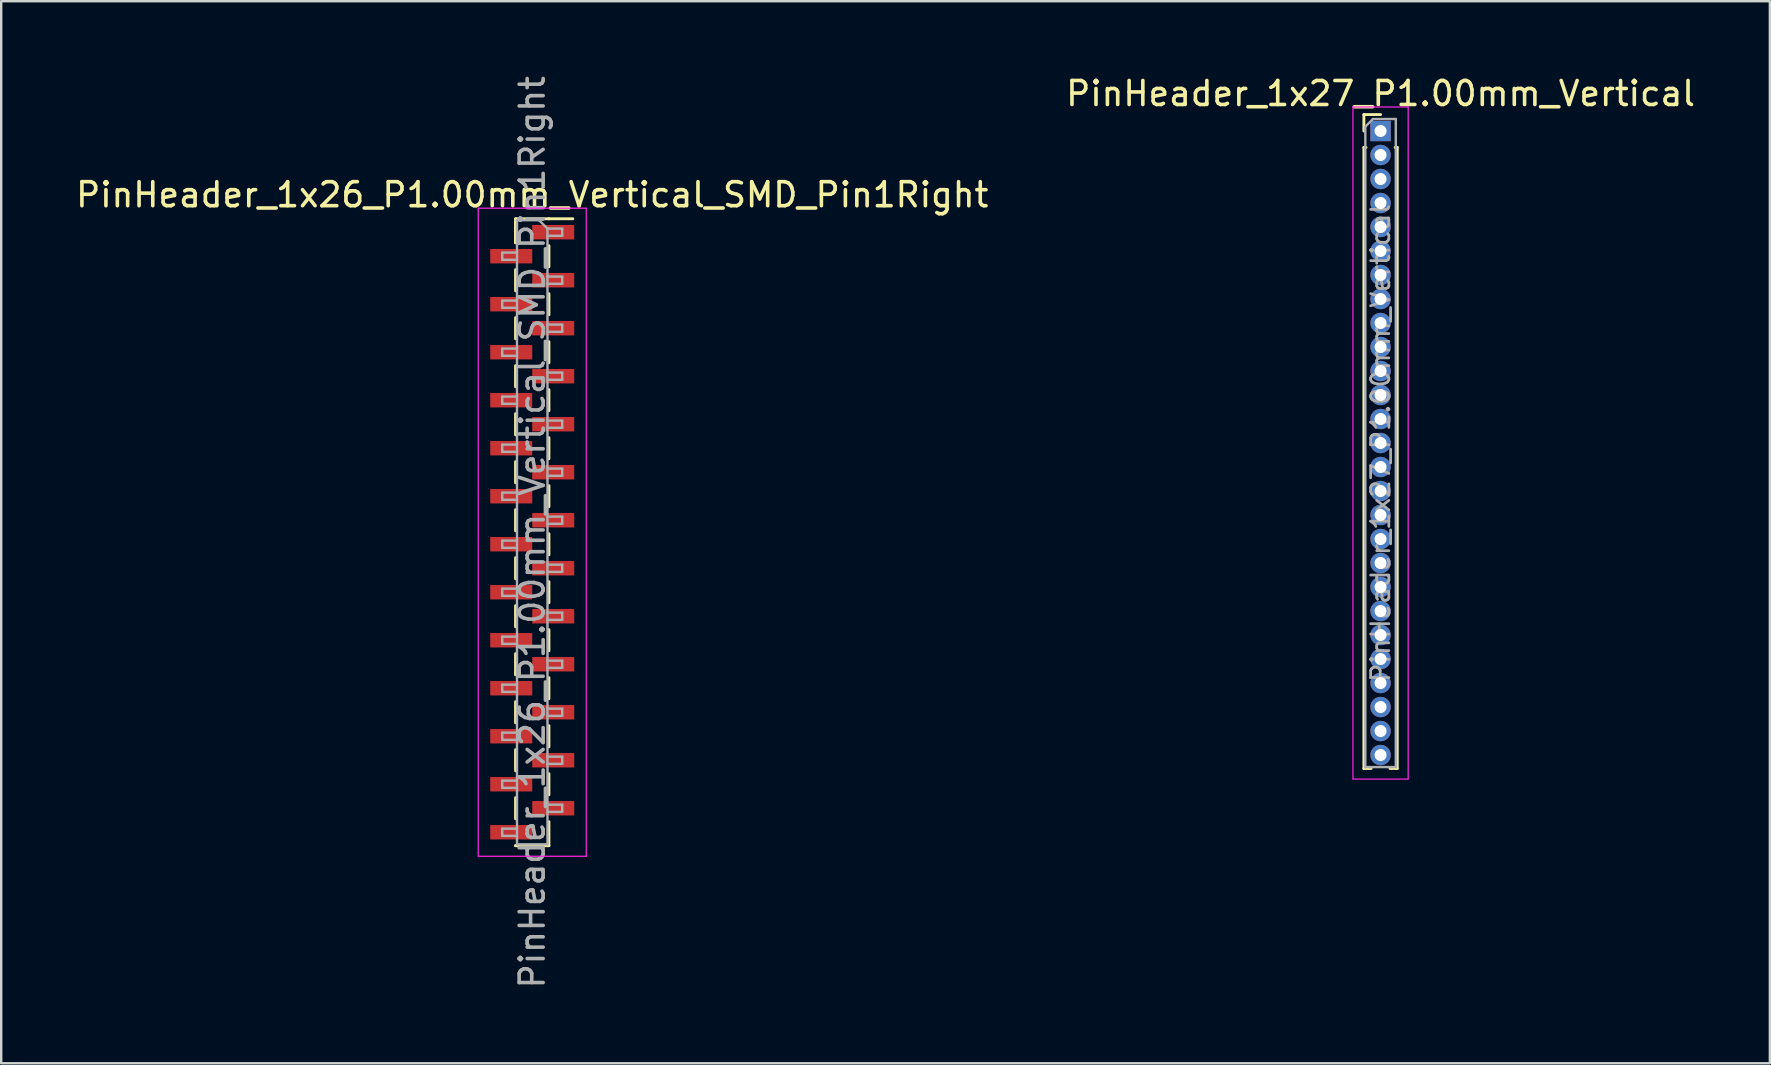
<source format=kicad_pcb>
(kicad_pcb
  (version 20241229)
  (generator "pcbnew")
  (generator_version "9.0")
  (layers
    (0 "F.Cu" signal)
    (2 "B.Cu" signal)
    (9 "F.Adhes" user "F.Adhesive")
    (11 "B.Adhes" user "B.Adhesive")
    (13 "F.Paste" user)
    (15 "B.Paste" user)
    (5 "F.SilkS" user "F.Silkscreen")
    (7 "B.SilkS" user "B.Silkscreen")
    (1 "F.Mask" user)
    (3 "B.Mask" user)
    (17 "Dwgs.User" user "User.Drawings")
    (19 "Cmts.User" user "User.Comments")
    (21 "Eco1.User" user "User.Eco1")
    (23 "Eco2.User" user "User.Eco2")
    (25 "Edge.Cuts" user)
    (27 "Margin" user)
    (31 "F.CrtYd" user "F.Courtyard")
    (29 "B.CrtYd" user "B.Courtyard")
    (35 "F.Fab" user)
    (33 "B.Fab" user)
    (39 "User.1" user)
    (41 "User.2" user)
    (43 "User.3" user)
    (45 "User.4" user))
  (footprint "PinHeader_1x26_P1.00mm_Vertical_SMD_Pin1Right"
    (layer "F.Cu")
    (at 19.125 19.125)
    (property "Reference" "PinHeader_1x26_P1.00mm_Vertical_SMD_Pin1Right" (at 0 -14.06 0) (layer "F.SilkS") (effects (font (size 1 1) (thickness 0.15))))
    (attr smd)
    (fp_line (start -0.695 -13.06) (end -0.695 -12.06) (stroke (width 0.12) (type solid)) (layer "F.SilkS"))
    (fp_line (start -0.695 -13.06) (end 0.695 -13.06) (stroke (width 0.12) (type solid)) (layer "F.SilkS"))
    (fp_line (start -0.695 -12.94) (end -0.695 -12.06) (stroke (width 0.12) (type solid)) (layer "F.SilkS"))
    (fp_line (start -0.695 -10.94) (end -0.695 -10.06) (stroke (width 0.12) (type solid)) (layer "F.SilkS"))
    (fp_line (start -0.695 -8.94) (end -0.695 -8.06) (stroke (width 0.12) (type solid)) (layer "F.SilkS"))
    (fp_line (start -0.695 -6.94) (end -0.695 -6.06) (stroke (width 0.12) (type solid)) (layer "F.SilkS"))
    (fp_line (start -0.695 -4.94) (end -0.695 -4.06) (stroke (width 0.12) (type solid)) (layer "F.SilkS"))
    (fp_line (start -0.695 -2.94) (end -0.695 -2.06) (stroke (width 0.12) (type solid)) (layer "F.SilkS"))
    (fp_line (start -0.695 -0.94) (end -0.695 -0.06) (stroke (width 0.12) (type solid)) (layer "F.SilkS"))
    (fp_line (start -0.695 1.06) (end -0.695 1.94) (stroke (width 0.12) (type solid)) (layer "F.SilkS"))
    (fp_line (start -0.695 3.06) (end -0.695 3.94) (stroke (width 0.12) (type solid)) (layer "F.SilkS"))
    (fp_line (start -0.695 5.06) (end -0.695 5.94) (stroke (width 0.12) (type solid)) (layer "F.SilkS"))
    (fp_line (start -0.695 7.06) (end -0.695 7.94) (stroke (width 0.12) (type solid)) (layer "F.SilkS"))
    (fp_line (start -0.695 9.06) (end -0.695 9.94) (stroke (width 0.12) (type solid)) (layer "F.SilkS"))
    (fp_line (start -0.695 11.06) (end -0.695 11.94) (stroke (width 0.12) (type solid)) (layer "F.SilkS"))
    (fp_line (start -0.695 13.06) (end -0.695 13.06) (stroke (width 0.12) (type solid)) (layer "F.SilkS"))
    (fp_line (start -0.695 13.06) (end 0.695 13.06) (stroke (width 0.12) (type solid)) (layer "F.SilkS"))
    (fp_line (start 0.695 -13.06) (end 0.695 -13.06) (stroke (width 0.12) (type solid)) (layer "F.SilkS"))
    (fp_line (start 0.695 -13.06) (end 1.69 -13.06) (stroke (width 0.12) (type solid)) (layer "F.SilkS"))
    (fp_line (start 0.695 -11.94) (end 0.695 -11.06) (stroke (width 0.12) (type solid)) (layer "F.SilkS"))
    (fp_line (start 0.695 -9.94) (end 0.695 -9.06) (stroke (width 0.12) (type solid)) (layer "F.SilkS"))
    (fp_line (start 0.695 -7.94) (end 0.695 -7.06) (stroke (width 0.12) (type solid)) (layer "F.SilkS"))
    (fp_line (start 0.695 -5.94) (end 0.695 -5.06) (stroke (width 0.12) (type solid)) (layer "F.SilkS"))
    (fp_line (start 0.695 -3.94) (end 0.695 -3.06) (stroke (width 0.12) (type solid)) (layer "F.SilkS"))
    (fp_line (start 0.695 -1.94) (end 0.695 -1.06) (stroke (width 0.12) (type solid)) (layer "F.SilkS"))
    (fp_line (start 0.695 0.06) (end 0.695 0.94) (stroke (width 0.12) (type solid)) (layer "F.SilkS"))
    (fp_line (start 0.695 2.06) (end 0.695 2.94) (stroke (width 0.12) (type solid)) (layer "F.SilkS"))
    (fp_line (start 0.695 4.06) (end 0.695 4.94) (stroke (width 0.12) (type solid)) (layer "F.SilkS"))
    (fp_line (start 0.695 6.06) (end 0.695 6.94) (stroke (width 0.12) (type solid)) (layer "F.SilkS"))
    (fp_line (start 0.695 8.06) (end 0.695 8.94) (stroke (width 0.12) (type solid)) (layer "F.SilkS"))
    (fp_line (start 0.695 10.06) (end 0.695 10.94) (stroke (width 0.12) (type solid)) (layer "F.SilkS"))
    (fp_line (start 0.695 12.06) (end 0.695 13.06) (stroke (width 0.12) (type solid)) (layer "F.SilkS"))
    (fp_line (start -2.25 -13.5) (end -2.25 13.5) (stroke (width 0.05) (type solid)) (layer "F.CrtYd"))
    (fp_line (start -2.25 13.5) (end 2.25 13.5) (stroke (width 0.05) (type solid)) (layer "F.CrtYd"))
    (fp_line (start 2.25 -13.5) (end -2.25 -13.5) (stroke (width 0.05) (type solid)) (layer "F.CrtYd"))
    (fp_line (start 2.25 13.5) (end 2.25 -13.5) (stroke (width 0.05) (type solid)) (layer "F.CrtYd"))
    (fp_line (start -1.25 -11.65) (end -1.25 -11.35) (stroke (width 0.1) (type solid)) (layer "F.Fab"))
    (fp_line (start -1.25 -11.35) (end -0.635 -11.35) (stroke (width 0.1) (type solid)) (layer "F.Fab"))
    (fp_line (start -1.25 -9.65) (end -1.25 -9.35) (stroke (width 0.1) (type solid)) (layer "F.Fab"))
    (fp_line (start -1.25 -9.35) (end -0.635 -9.35) (stroke (width 0.1) (type solid)) (layer "F.Fab"))
    (fp_line (start -1.25 -7.65) (end -1.25 -7.35) (stroke (width 0.1) (type solid)) (layer "F.Fab"))
    (fp_line (start -1.25 -7.35) (end -0.635 -7.35) (stroke (width 0.1) (type solid)) (layer "F.Fab"))
    (fp_line (start -1.25 -5.65) (end -1.25 -5.35) (stroke (width 0.1) (type solid)) (layer "F.Fab"))
    (fp_line (start -1.25 -5.35) (end -0.635 -5.35) (stroke (width 0.1) (type solid)) (layer "F.Fab"))
    (fp_line (start -1.25 -3.65) (end -1.25 -3.35) (stroke (width 0.1) (type solid)) (layer "F.Fab"))
    (fp_line (start -1.25 -3.35) (end -0.635 -3.35) (stroke (width 0.1) (type solid)) (layer "F.Fab"))
    (fp_line (start -1.25 -1.65) (end -1.25 -1.35) (stroke (width 0.1) (type solid)) (layer "F.Fab"))
    (fp_line (start -1.25 -1.35) (end -0.635 -1.35) (stroke (width 0.1) (type solid)) (layer "F.Fab"))
    (fp_line (start -1.25 0.35) (end -1.25 0.65) (stroke (width 0.1) (type solid)) (layer "F.Fab"))
    (fp_line (start -1.25 0.65) (end -0.635 0.65) (stroke (width 0.1) (type solid)) (layer "F.Fab"))
    (fp_line (start -1.25 2.35) (end -1.25 2.65) (stroke (width 0.1) (type solid)) (layer "F.Fab"))
    (fp_line (start -1.25 2.65) (end -0.635 2.65) (stroke (width 0.1) (type solid)) (layer "F.Fab"))
    (fp_line (start -1.25 4.35) (end -1.25 4.65) (stroke (width 0.1) (type solid)) (layer "F.Fab"))
    (fp_line (start -1.25 4.65) (end -0.635 4.65) (stroke (width 0.1) (type solid)) (layer "F.Fab"))
    (fp_line (start -1.25 6.35) (end -1.25 6.65) (stroke (width 0.1) (type solid)) (layer "F.Fab"))
    (fp_line (start -1.25 6.65) (end -0.635 6.65) (stroke (width 0.1) (type solid)) (layer "F.Fab"))
    (fp_line (start -1.25 8.35) (end -1.25 8.65) (stroke (width 0.1) (type solid)) (layer "F.Fab"))
    (fp_line (start -1.25 8.65) (end -0.635 8.65) (stroke (width 0.1) (type solid)) (layer "F.Fab"))
    (fp_line (start -1.25 10.35) (end -1.25 10.65) (stroke (width 0.1) (type solid)) (layer "F.Fab"))
    (fp_line (start -1.25 10.65) (end -0.635 10.65) (stroke (width 0.1) (type solid)) (layer "F.Fab"))
    (fp_line (start -1.25 12.35) (end -1.25 12.65) (stroke (width 0.1) (type solid)) (layer "F.Fab"))
    (fp_line (start -1.25 12.65) (end -0.635 12.65) (stroke (width 0.1) (type solid)) (layer "F.Fab"))
    (fp_line (start -0.635 -13) (end -0.635 13) (stroke (width 0.1) (type solid)) (layer "F.Fab"))
    (fp_line (start -0.635 -13) (end 0.285 -13) (stroke (width 0.1) (type solid)) (layer "F.Fab"))
    (fp_line (start -0.635 -11.65) (end -1.25 -11.65) (stroke (width 0.1) (type solid)) (layer "F.Fab"))
    (fp_line (start -0.635 -9.65) (end -1.25 -9.65) (stroke (width 0.1) (type solid)) (layer "F.Fab"))
    (fp_line (start -0.635 -7.65) (end -1.25 -7.65) (stroke (width 0.1) (type solid)) (layer "F.Fab"))
    (fp_line (start -0.635 -5.65) (end -1.25 -5.65) (stroke (width 0.1) (type solid)) (layer "F.Fab"))
    (fp_line (start -0.635 -3.65) (end -1.25 -3.65) (stroke (width 0.1) (type solid)) (layer "F.Fab"))
    (fp_line (start -0.635 -1.65) (end -1.25 -1.65) (stroke (width 0.1) (type solid)) (layer "F.Fab"))
    (fp_line (start -0.635 0.35) (end -1.25 0.35) (stroke (width 0.1) (type solid)) (layer "F.Fab"))
    (fp_line (start -0.635 2.35) (end -1.25 2.35) (stroke (width 0.1) (type solid)) (layer "F.Fab"))
    (fp_line (start -0.635 4.35) (end -1.25 4.35) (stroke (width 0.1) (type solid)) (layer "F.Fab"))
    (fp_line (start -0.635 6.35) (end -1.25 6.35) (stroke (width 0.1) (type solid)) (layer "F.Fab"))
    (fp_line (start -0.635 8.35) (end -1.25 8.35) (stroke (width 0.1) (type solid)) (layer "F.Fab"))
    (fp_line (start -0.635 10.35) (end -1.25 10.35) (stroke (width 0.1) (type solid)) (layer "F.Fab"))
    (fp_line (start -0.635 12.35) (end -1.25 12.35) (stroke (width 0.1) (type solid)) (layer "F.Fab"))
    (fp_line (start 0.635 -12.65) (end 0.285 -13) (stroke (width 0.1) (type solid)) (layer "F.Fab"))
    (fp_line (start 0.635 -12.65) (end 1.25 -12.65) (stroke (width 0.1) (type solid)) (layer "F.Fab"))
    (fp_line (start 0.635 -10.65) (end 1.25 -10.65) (stroke (width 0.1) (type solid)) (layer "F.Fab"))
    (fp_line (start 0.635 -8.65) (end 1.25 -8.65) (stroke (width 0.1) (type solid)) (layer "F.Fab"))
    (fp_line (start 0.635 -6.65) (end 1.25 -6.65) (stroke (width 0.1) (type solid)) (layer "F.Fab"))
    (fp_line (start 0.635 -4.65) (end 1.25 -4.65) (stroke (width 0.1) (type solid)) (layer "F.Fab"))
    (fp_line (start 0.635 -2.65) (end 1.25 -2.65) (stroke (width 0.1) (type solid)) (layer "F.Fab"))
    (fp_line (start 0.635 -0.65) (end 1.25 -0.65) (stroke (width 0.1) (type solid)) (layer "F.Fab"))
    (fp_line (start 0.635 1.35) (end 1.25 1.35) (stroke (width 0.1) (type solid)) (layer "F.Fab"))
    (fp_line (start 0.635 3.35) (end 1.25 3.35) (stroke (width 0.1) (type solid)) (layer "F.Fab"))
    (fp_line (start 0.635 5.35) (end 1.25 5.35) (stroke (width 0.1) (type solid)) (layer "F.Fab"))
    (fp_line (start 0.635 7.35) (end 1.25 7.35) (stroke (width 0.1) (type solid)) (layer "F.Fab"))
    (fp_line (start 0.635 9.35) (end 1.25 9.35) (stroke (width 0.1) (type solid)) (layer "F.Fab"))
    (fp_line (start 0.635 11.35) (end 1.25 11.35) (stroke (width 0.1) (type solid)) (layer "F.Fab"))
    (fp_line (start 0.635 13) (end -0.635 13) (stroke (width 0.1) (type solid)) (layer "F.Fab"))
    (fp_line (start 0.635 13) (end 0.635 -12.65) (stroke (width 0.1) (type solid)) (layer "F.Fab"))
    (fp_line (start 1.25 -12.65) (end 1.25 -12.35) (stroke (width 0.1) (type solid)) (layer "F.Fab"))
    (fp_line (start 1.25 -12.35) (end 0.635 -12.35) (stroke (width 0.1) (type solid)) (layer "F.Fab"))
    (fp_line (start 1.25 -10.65) (end 1.25 -10.35) (stroke (width 0.1) (type solid)) (layer "F.Fab"))
    (fp_line (start 1.25 -10.35) (end 0.635 -10.35) (stroke (width 0.1) (type solid)) (layer "F.Fab"))
    (fp_line (start 1.25 -8.65) (end 1.25 -8.35) (stroke (width 0.1) (type solid)) (layer "F.Fab"))
    (fp_line (start 1.25 -8.35) (end 0.635 -8.35) (stroke (width 0.1) (type solid)) (layer "F.Fab"))
    (fp_line (start 1.25 -6.65) (end 1.25 -6.35) (stroke (width 0.1) (type solid)) (layer "F.Fab"))
    (fp_line (start 1.25 -6.35) (end 0.635 -6.35) (stroke (width 0.1) (type solid)) (layer "F.Fab"))
    (fp_line (start 1.25 -4.65) (end 1.25 -4.35) (stroke (width 0.1) (type solid)) (layer "F.Fab"))
    (fp_line (start 1.25 -4.35) (end 0.635 -4.35) (stroke (width 0.1) (type solid)) (layer "F.Fab"))
    (fp_line (start 1.25 -2.65) (end 1.25 -2.35) (stroke (width 0.1) (type solid)) (layer "F.Fab"))
    (fp_line (start 1.25 -2.35) (end 0.635 -2.35) (stroke (width 0.1) (type solid)) (layer "F.Fab"))
    (fp_line (start 1.25 -0.65) (end 1.25 -0.35) (stroke (width 0.1) (type solid)) (layer "F.Fab"))
    (fp_line (start 1.25 -0.35) (end 0.635 -0.35) (stroke (width 0.1) (type solid)) (layer "F.Fab"))
    (fp_line (start 1.25 1.35) (end 1.25 1.65) (stroke (width 0.1) (type solid)) (layer "F.Fab"))
    (fp_line (start 1.25 1.65) (end 0.635 1.65) (stroke (width 0.1) (type solid)) (layer "F.Fab"))
    (fp_line (start 1.25 3.35) (end 1.25 3.65) (stroke (width 0.1) (type solid)) (layer "F.Fab"))
    (fp_line (start 1.25 3.65) (end 0.635 3.65) (stroke (width 0.1) (type solid)) (layer "F.Fab"))
    (fp_line (start 1.25 5.35) (end 1.25 5.65) (stroke (width 0.1) (type solid)) (layer "F.Fab"))
    (fp_line (start 1.25 5.65) (end 0.635 5.65) (stroke (width 0.1) (type solid)) (layer "F.Fab"))
    (fp_line (start 1.25 7.35) (end 1.25 7.65) (stroke (width 0.1) (type solid)) (layer "F.Fab"))
    (fp_line (start 1.25 7.65) (end 0.635 7.65) (stroke (width 0.1) (type solid)) (layer "F.Fab"))
    (fp_line (start 1.25 9.35) (end 1.25 9.65) (stroke (width 0.1) (type solid)) (layer "F.Fab"))
    (fp_line (start 1.25 9.65) (end 0.635 9.65) (stroke (width 0.1) (type solid)) (layer "F.Fab"))
    (fp_line (start 1.25 11.35) (end 1.25 11.65) (stroke (width 0.1) (type solid)) (layer "F.Fab"))
    (fp_line (start 1.25 11.65) (end 0.635 11.65) (stroke (width 0.1) (type solid)) (layer "F.Fab"))
    (fp_text user "${REFERENCE}" (at 0 0 90) (layer "F.Fab") (effects (font (size 1 1) (thickness 0.15))))
    (pad "1" smd rect (at 0.875 -12.5) (size 1.75 0.6) (layers "F.Cu" "F.Mask" "F.Paste"))
    (pad "2" smd rect (at -0.875 -11.5) (size 1.75 0.6) (layers "F.Cu" "F.Mask" "F.Paste"))
    (pad "3" smd rect (at 0.875 -10.5) (size 1.75 0.6) (layers "F.Cu" "F.Mask" "F.Paste"))
    (pad "4" smd rect (at -0.875 -9.5) (size 1.75 0.6) (layers "F.Cu" "F.Mask" "F.Paste"))
    (pad "5" smd rect (at 0.875 -8.5) (size 1.75 0.6) (layers "F.Cu" "F.Mask" "F.Paste"))
    (pad "6" smd rect (at -0.875 -7.5) (size 1.75 0.6) (layers "F.Cu" "F.Mask" "F.Paste"))
    (pad "7" smd rect (at 0.875 -6.5) (size 1.75 0.6) (layers "F.Cu" "F.Mask" "F.Paste"))
    (pad "8" smd rect (at -0.875 -5.5) (size 1.75 0.6) (layers "F.Cu" "F.Mask" "F.Paste"))
    (pad "9" smd rect (at 0.875 -4.5) (size 1.75 0.6) (layers "F.Cu" "F.Mask" "F.Paste"))
    (pad "10" smd rect (at -0.875 -3.5) (size 1.75 0.6) (layers "F.Cu" "F.Mask" "F.Paste"))
    (pad "11" smd rect (at 0.875 -2.5) (size 1.75 0.6) (layers "F.Cu" "F.Mask" "F.Paste"))
    (pad "12" smd rect (at -0.875 -1.5) (size 1.75 0.6) (layers "F.Cu" "F.Mask" "F.Paste"))
    (pad "13" smd rect (at 0.875 -0.5) (size 1.75 0.6) (layers "F.Cu" "F.Mask" "F.Paste"))
    (pad "14" smd rect (at -0.875 0.5) (size 1.75 0.6) (layers "F.Cu" "F.Mask" "F.Paste"))
    (pad "15" smd rect (at 0.875 1.5) (size 1.75 0.6) (layers "F.Cu" "F.Mask" "F.Paste"))
    (pad "16" smd rect (at -0.875 2.5) (size 1.75 0.6) (layers "F.Cu" "F.Mask" "F.Paste"))
    (pad "17" smd rect (at 0.875 3.5) (size 1.75 0.6) (layers "F.Cu" "F.Mask" "F.Paste"))
    (pad "18" smd rect (at -0.875 4.5) (size 1.75 0.6) (layers "F.Cu" "F.Mask" "F.Paste"))
    (pad "19" smd rect (at 0.875 5.5) (size 1.75 0.6) (layers "F.Cu" "F.Mask" "F.Paste"))
    (pad "20" smd rect (at -0.875 6.5) (size 1.75 0.6) (layers "F.Cu" "F.Mask" "F.Paste"))
    (pad "21" smd rect (at 0.875 7.5) (size 1.75 0.6) (layers "F.Cu" "F.Mask" "F.Paste"))
    (pad "22" smd rect (at -0.875 8.5) (size 1.75 0.6) (layers "F.Cu" "F.Mask" "F.Paste"))
    (pad "23" smd rect (at 0.875 9.5) (size 1.75 0.6) (layers "F.Cu" "F.Mask" "F.Paste"))
    (pad "24" smd rect (at -0.875 10.5) (size 1.75 0.6) (layers "F.Cu" "F.Mask" "F.Paste"))
    (pad "25" smd rect (at 0.875 11.5) (size 1.75 0.6) (layers "F.Cu" "F.Mask" "F.Paste"))
    (pad "26" smd rect (at -0.875 12.5) (size 1.75 0.6) (layers "F.Cu" "F.Mask" "F.Paste")))
  (footprint "PinHeader_1x27_P1.00mm_Vertical"
    (layer "F.Cu")
    (at 54.47 2.408)
    (property "Reference" "PinHeader_1x27_P1.00mm_Vertical" (at 0 -1.56 0) (layer "F.SilkS") (effects (font (size 1 1) (thickness 0.15))))
    (attr through_hole)
    (fp_line (start -0.695 -0.685) (end 0 -0.685) (stroke (width 0.12) (type solid)) (layer "F.SilkS"))
    (fp_line (start -0.695 0) (end -0.695 -0.685) (stroke (width 0.12) (type solid)) (layer "F.SilkS"))
    (fp_line (start -0.695 0.685) (end -0.695 26.56) (stroke (width 0.12) (type solid)) (layer "F.SilkS"))
    (fp_line (start -0.695 0.685) (end -0.608 0.685) (stroke (width 0.12) (type solid)) (layer "F.SilkS"))
    (fp_line (start -0.695 26.56) (end -0.394 26.56) (stroke (width 0.12) (type solid)) (layer "F.SilkS"))
    (fp_line (start 0.394 26.56) (end 0.695 26.56) (stroke (width 0.12) (type solid)) (layer "F.SilkS"))
    (fp_line (start 0.608 0.685) (end 0.695 0.685) (stroke (width 0.12) (type solid)) (layer "F.SilkS"))
    (fp_line (start 0.695 0.685) (end 0.695 26.56) (stroke (width 0.12) (type solid)) (layer "F.SilkS"))
    (fp_line (start -1.15 -1) (end -1.15 27) (stroke (width 0.05) (type solid)) (layer "F.CrtYd"))
    (fp_line (start -1.15 27) (end 1.15 27) (stroke (width 0.05) (type solid)) (layer "F.CrtYd"))
    (fp_line (start 1.15 -1) (end -1.15 -1) (stroke (width 0.05) (type solid)) (layer "F.CrtYd"))
    (fp_line (start 1.15 27) (end 1.15 -1) (stroke (width 0.05) (type solid)) (layer "F.CrtYd"))
    (fp_line (start -0.635 -0.182) (end -0.318 -0.5) (stroke (width 0.1) (type solid)) (layer "F.Fab"))
    (fp_line (start -0.635 26.5) (end -0.635 -0.182) (stroke (width 0.1) (type solid)) (layer "F.Fab"))
    (fp_line (start -0.318 -0.5) (end 0.635 -0.5) (stroke (width 0.1) (type solid)) (layer "F.Fab"))
    (fp_line (start 0.635 -0.5) (end 0.635 26.5) (stroke (width 0.1) (type solid)) (layer "F.Fab"))
    (fp_line (start 0.635 26.5) (end -0.635 26.5) (stroke (width 0.1) (type solid)) (layer "F.Fab"))
    (fp_text user "${REFERENCE}" (at 0 13 90) (layer "F.Fab") (effects (font (size 0.76 0.76) (thickness 0.114))))
    (pad "1" thru_hole rect (at 0 0) (size 0.85 0.85) (drill 0.5) (layers "*.Cu" "*.Mask"))
    (pad "2" thru_hole oval (at 0 1) (size 0.85 0.85) (drill 0.5) (layers "*.Cu" "*.Mask"))
    (pad "3" thru_hole oval (at 0 2) (size 0.85 0.85) (drill 0.5) (layers "*.Cu" "*.Mask"))
    (pad "4" thru_hole oval (at 0 3) (size 0.85 0.85) (drill 0.5) (layers "*.Cu" "*.Mask"))
    (pad "5" thru_hole oval (at 0 4) (size 0.85 0.85) (drill 0.5) (layers "*.Cu" "*.Mask"))
    (pad "6" thru_hole oval (at 0 5) (size 0.85 0.85) (drill 0.5) (layers "*.Cu" "*.Mask"))
    (pad "7" thru_hole oval (at 0 6) (size 0.85 0.85) (drill 0.5) (layers "*.Cu" "*.Mask"))
    (pad "8" thru_hole oval (at 0 7) (size 0.85 0.85) (drill 0.5) (layers "*.Cu" "*.Mask"))
    (pad "9" thru_hole oval (at 0 8) (size 0.85 0.85) (drill 0.5) (layers "*.Cu" "*.Mask"))
    (pad "10" thru_hole oval (at 0 9) (size 0.85 0.85) (drill 0.5) (layers "*.Cu" "*.Mask"))
    (pad "11" thru_hole oval (at 0 10) (size 0.85 0.85) (drill 0.5) (layers "*.Cu" "*.Mask"))
    (pad "12" thru_hole oval (at 0 11) (size 0.85 0.85) (drill 0.5) (layers "*.Cu" "*.Mask"))
    (pad "13" thru_hole oval (at 0 12) (size 0.85 0.85) (drill 0.5) (layers "*.Cu" "*.Mask"))
    (pad "14" thru_hole oval (at 0 13) (size 0.85 0.85) (drill 0.5) (layers "*.Cu" "*.Mask"))
    (pad "15" thru_hole oval (at 0 14) (size 0.85 0.85) (drill 0.5) (layers "*.Cu" "*.Mask"))
    (pad "16" thru_hole oval (at 0 15) (size 0.85 0.85) (drill 0.5) (layers "*.Cu" "*.Mask"))
    (pad "17" thru_hole oval (at 0 16) (size 0.85 0.85) (drill 0.5) (layers "*.Cu" "*.Mask"))
    (pad "18" thru_hole oval (at 0 17) (size 0.85 0.85) (drill 0.5) (layers "*.Cu" "*.Mask"))
    (pad "19" thru_hole oval (at 0 18) (size 0.85 0.85) (drill 0.5) (layers "*.Cu" "*.Mask"))
    (pad "20" thru_hole oval (at 0 19) (size 0.85 0.85) (drill 0.5) (layers "*.Cu" "*.Mask"))
    (pad "21" thru_hole oval (at 0 20) (size 0.85 0.85) (drill 0.5) (layers "*.Cu" "*.Mask"))
    (pad "22" thru_hole oval (at 0 21) (size 0.85 0.85) (drill 0.5) (layers "*.Cu" "*.Mask"))
    (pad "23" thru_hole oval (at 0 22) (size 0.85 0.85) (drill 0.5) (layers "*.Cu" "*.Mask"))
    (pad "24" thru_hole oval (at 0 23) (size 0.85 0.85) (drill 0.5) (layers "*.Cu" "*.Mask"))
    (pad "25" thru_hole oval (at 0 24) (size 0.85 0.85) (drill 0.5) (layers "*.Cu" "*.Mask"))
    (pad "26" thru_hole oval (at 0 25) (size 0.85 0.85) (drill 0.5) (layers "*.Cu" "*.Mask"))
    (pad "27" thru_hole oval (at 0 26) (size 0.85 0.85) (drill 0.5) (layers "*.Cu" "*.Mask")))
  (gr_rect
    (start -3 -3)
    (end 70.69 41.25)
    (stroke (width 0.1) (type default))
    (fill no)
    (layer "Edge.Cuts")))
</source>
